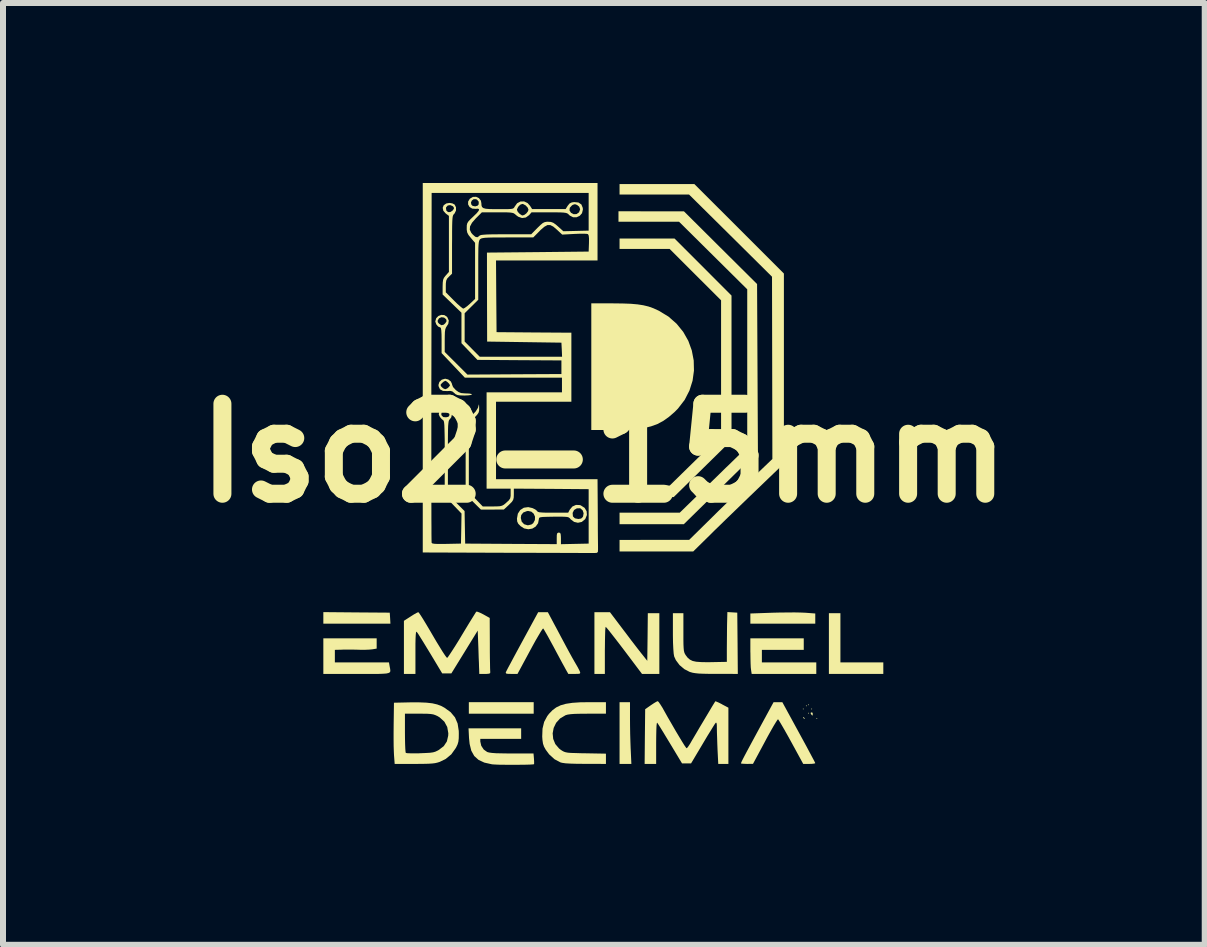
<source format=kicad_pcb>
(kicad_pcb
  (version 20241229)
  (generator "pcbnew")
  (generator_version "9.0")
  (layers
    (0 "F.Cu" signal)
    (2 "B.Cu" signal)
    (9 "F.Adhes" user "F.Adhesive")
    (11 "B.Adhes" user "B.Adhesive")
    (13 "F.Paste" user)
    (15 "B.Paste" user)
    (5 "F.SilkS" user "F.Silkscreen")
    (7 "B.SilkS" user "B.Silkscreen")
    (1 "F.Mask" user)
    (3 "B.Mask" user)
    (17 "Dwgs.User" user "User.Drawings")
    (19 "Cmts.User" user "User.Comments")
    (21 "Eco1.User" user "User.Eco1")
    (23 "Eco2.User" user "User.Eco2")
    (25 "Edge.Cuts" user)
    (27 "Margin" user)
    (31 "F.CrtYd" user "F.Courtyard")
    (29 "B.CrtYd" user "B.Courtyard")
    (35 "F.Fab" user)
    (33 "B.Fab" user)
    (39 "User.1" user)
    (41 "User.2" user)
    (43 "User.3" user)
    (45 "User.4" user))
  (footprint "Iso2-15mm"
    (layer "F.Cu")
    (at 7.014 4.501)
    (property "Reference" "Iso2-15mm" (at 0 0 0) (layer "F.SilkS") (effects (font (size 1.5 1.5) (thickness 0.3))))
    (attr board_only exclude_from_pos_files exclude_from_bom)
    (fp_poly (pts (xy 3.332 4.265) (xy 3.323 4.274) (xy 3.315 4.265) (xy 3.323 4.257)) (stroke (width 0) (type solid)) (fill yes) (layer "F.SilkS"))
    (fp_poly (pts (xy 3.384 4.213) (xy 3.376 4.222) (xy 3.367 4.213) (xy 3.376 4.204)) (stroke (width 0) (type solid)) (fill yes) (layer "F.SilkS"))
    (fp_poly (pts (xy 3.419 4.196) (xy 3.411 4.204) (xy 3.402 4.196) (xy 3.411 4.187)) (stroke (width 0) (type solid)) (fill yes) (layer "F.SilkS"))
    (fp_poly (pts (xy 3.419 4.335) (xy 3.411 4.344) (xy 3.402 4.335) (xy 3.411 4.326)) (stroke (width 0) (type solid)) (fill yes) (layer "F.SilkS"))
    (fp_poly (pts (xy 3.472 4.265) (xy 3.463 4.274) (xy 3.454 4.265) (xy 3.463 4.257)) (stroke (width 0) (type solid)) (fill yes) (layer "F.SilkS"))
    (fp_poly (pts (xy 3.559 4.422) (xy 3.55 4.431) (xy 3.541 4.422) (xy 3.55 4.414)) (stroke (width 0) (type solid)) (fill yes) (layer "F.SilkS"))
    (fp_poly (pts (xy 3.329 4.403) (xy 3.348 4.419) (xy 3.349 4.423) (xy 3.341 4.431) (xy 3.324 4.414) (xy 3.322 4.411) (xy 3.32 4.399)) (stroke (width 0) (type solid)) (fill yes) (layer "F.SilkS"))
    (fp_poly (pts (xy 3.478 4.327) (xy 3.482 4.346) (xy 3.48 4.374) (xy 3.47 4.371) (xy 3.456 4.355) (xy 3.445 4.332) (xy 3.459 4.322)) (stroke (width 0) (type solid)) (fill yes) (layer "F.SilkS"))
    (fp_poly (pts (xy -4.121 2.656) (xy -3.568 2.66) (xy -3.562 2.752) (xy -3.557 2.844) (xy -4.116 2.844) (xy -4.675 2.844) (xy -4.675 2.747) (xy -4.675 2.651)) (stroke (width 0) (type solid)) (fill yes) (layer "F.SilkS"))
    (fp_poly (pts (xy -1.169 4.248) (xy -1.169 4.344) (xy -1.71 4.344) (xy -2.25 4.344) (xy -2.25 4.248) (xy -2.25 4.152) (xy -1.71 4.152) (xy -1.169 4.152)) (stroke (width 0) (type solid)) (fill yes) (layer "F.SilkS"))
    (fp_poly (pts (xy 3.943 3.079) (xy 3.943 3.489) (xy 4.3 3.489) (xy 4.658 3.489) (xy 4.658 3.585) (xy 4.658 3.681) (xy 4.204 3.681) (xy 3.751 3.681) (xy 3.751 3.175) (xy 3.751 2.669) (xy 3.847 2.669) (xy 3.943 2.669)) (stroke (width 0) (type solid)) (fill yes) (layer "F.SilkS"))
    (fp_poly (pts (xy 0.436 4.428) (xy 0.437 4.549) (xy 0.439 4.683) (xy 0.443 4.814) (xy 0.447 4.928) (xy 0.448 4.943) (xy 0.459 5.181) (xy 0.36 5.181) (xy 0.262 5.181) (xy 0.262 4.667) (xy 0.262 4.152) (xy 0.349 4.152) (xy 0.436 4.152)) (stroke (width 0) (type solid)) (fill yes) (layer "F.SilkS"))
    (fp_poly (pts (xy 3.276 2.658) (xy 3.35 2.661) (xy 3.354 2.661) (xy 3.524 2.674) (xy 3.524 2.759) (xy 3.524 2.844) (xy 2.983 2.844) (xy 2.442 2.844) (xy 2.442 2.759) (xy 2.442 2.674) (xy 2.814 2.661) (xy 2.937 2.658) (xy 3.061 2.657) (xy 3.177 2.656)) (stroke (width 0) (type solid)) (fill yes) (layer "F.SilkS"))
    (fp_poly (pts (xy 3.332 3.184) (xy 3.332 3.28) (xy 2.983 3.28) (xy 2.634 3.28) (xy 2.634 3.384) (xy 2.634 3.489) (xy 3.088 3.489) (xy 3.541 3.489) (xy 3.541 3.585) (xy 3.541 3.681) (xy 3.003 3.681) (xy 2.464 3.681) (xy 2.454 3.615) (xy 2.449 3.573) (xy 2.446 3.505) (xy 2.444 3.42) (xy 2.443 3.328) (xy 2.442 3.319) (xy 2.442 3.088) (xy 2.887 3.088) (xy 3.332 3.088)) (stroke (width 0) (type solid)) (fill yes) (layer "F.SilkS"))
    (fp_poly (pts (xy 1.653 -3.101) (xy 2.128 -2.625) (xy 2.128 -1.419) (xy 2.128 -0.213) (xy 1.647 0.26) (xy 1.165 0.733) (xy 0.713 0.733) (xy 0.262 0.733) (xy 0.262 0.637) (xy 0.262 0.541) (xy 0.681 0.541) (xy 1.099 0.541) (xy 1.461 0.186) (xy 1.557 0.092) (xy 1.648 0.003) (xy 1.73 -0.076) (xy 1.8 -0.143) (xy 1.853 -0.194) (xy 1.886 -0.224) (xy 1.888 -0.226) (xy 1.954 -0.283) (xy 1.954 -1.414) (xy 1.954 -2.546) (xy 1.525 -2.974) (xy 1.097 -3.402) (xy 0.679 -3.402) (xy 0.262 -3.402) (xy 0.262 -3.489) (xy 0.262 -3.576) (xy 0.72 -3.576) (xy 1.178 -3.576)) (stroke (width 0) (type solid)) (fill yes) (layer "F.SilkS"))
    (fp_poly (pts (xy -3.786 3.173) (xy -3.786 3.259) (xy -3.858 3.271) (xy -3.909 3.276) (xy -3.982 3.279) (xy -4.062 3.279) (xy -4.08 3.278) (xy -4.171 3.276) (xy -4.268 3.276) (xy -4.351 3.276) (xy -4.357 3.277) (xy -4.483 3.28) (xy -4.483 3.384) (xy -4.483 3.489) (xy -4.032 3.489) (xy -3.581 3.489) (xy -3.57 3.554) (xy -3.563 3.589) (xy -3.559 3.617) (xy -3.559 3.639) (xy -3.568 3.655) (xy -3.589 3.666) (xy -3.625 3.674) (xy -3.68 3.678) (xy -3.756 3.681) (xy -3.859 3.681) (xy -3.99 3.681) (xy -4.117 3.681) (xy -4.675 3.681) (xy -4.675 3.384) (xy -4.675 3.088) (xy -4.23 3.088) (xy -3.786 3.088)) (stroke (width 0) (type solid)) (fill yes) (layer "F.SilkS"))
    (fp_poly (pts (xy 0.314 -2.493) (xy 0.45 -2.488) (xy 0.563 -2.478) (xy 0.659 -2.463) (xy 0.746 -2.442) (xy 0.827 -2.413) (xy 0.91 -2.375) (xy 0.918 -2.371) (xy 1.078 -2.274) (xy 1.213 -2.155) (xy 1.323 -2.02) (xy 1.408 -1.87) (xy 1.466 -1.71) (xy 1.498 -1.543) (xy 1.502 -1.374) (xy 1.479 -1.206) (xy 1.427 -1.042) (xy 1.347 -0.886) (xy 1.236 -0.742) (xy 1.179 -0.684) (xy 1.085 -0.603) (xy 0.991 -0.536) (xy 0.894 -0.484) (xy 0.787 -0.445) (xy 0.666 -0.416) (xy 0.527 -0.398) (xy 0.363 -0.388) (xy 0.169 -0.384) (xy 0.153 -0.384) (xy -0.209 -0.384) (xy -0.209 -1.439) (xy -0.209 -2.495) (xy 0.149 -2.495)) (stroke (width 0) (type solid)) (fill yes) (layer "F.SilkS"))
    (fp_poly (pts (xy 0.316 2.935) (xy 0.389 3.031) (xy 0.461 3.127) (xy 0.529 3.215) (xy 0.586 3.289) (xy 0.627 3.341) (xy 0.724 3.463) (xy 0.729 3.066) (xy 0.733 2.669) (xy 0.829 2.669) (xy 0.925 2.669) (xy 0.925 3.175) (xy 0.925 3.681) (xy 0.78 3.681) (xy 0.636 3.681) (xy 0.34 3.288) (xy 0.263 3.187) (xy 0.192 3.095) (xy 0.131 3.017) (xy 0.082 2.955) (xy 0.048 2.914) (xy 0.031 2.896) (xy 0.031 2.896) (xy 0.027 2.913) (xy 0.023 2.959) (xy 0.021 3.031) (xy 0.019 3.122) (xy 0.018 3.229) (xy 0.017 3.288) (xy 0.017 3.681) (xy -0.07 3.681) (xy -0.157 3.681) (xy -0.157 3.166) (xy -0.157 2.652) (xy -0.027 2.652) (xy 0.102 2.652)) (stroke (width 0) (type solid)) (fill yes) (layer "F.SilkS"))
    (fp_poly (pts (xy 0.789 -4.029) (xy 1.335 -4.029) (xy 1.944 -3.423) (xy 2.554 -2.817) (xy 2.561 -1.422) (xy 2.568 -0.026) (xy 2.274 0.262) (xy 2.172 0.362) (xy 2.053 0.479) (xy 1.927 0.602) (xy 1.802 0.725) (xy 1.688 0.838) (xy 1.657 0.868) (xy 1.333 1.186) (xy 0.798 1.186) (xy 0.262 1.186) (xy 0.262 1.09) (xy 0.262 0.994) (xy 0.763 0.994) (xy 1.265 0.994) (xy 1.509 0.756) (xy 1.596 0.671) (xy 1.7 0.57) (xy 1.813 0.46) (xy 1.928 0.348) (xy 2.037 0.241) (xy 2.072 0.208) (xy 2.39 -0.102) (xy 2.39 -1.415) (xy 2.39 -2.729) (xy 1.822 -3.292) (xy 1.254 -3.855) (xy 0.749 -3.855) (xy 0.244 -3.855) (xy 0.244 -3.943) (xy 0.244 -4.03)) (stroke (width 0) (type solid)) (fill yes) (layer "F.SilkS"))
    (fp_poly (pts (xy -1.378 4.675) (xy -1.378 4.763) (xy -1.718 4.763) (xy -2.059 4.763) (xy -2.059 4.807) (xy -2.043 4.879) (xy -2.002 4.941) (xy -1.945 4.982) (xy -1.913 4.991) (xy -1.864 4.998) (xy -1.796 5.003) (xy -1.702 5.005) (xy -1.579 5.007) (xy -1.529 5.007) (xy -1.172 5.007) (xy -1.165 5.09) (xy -1.162 5.141) (xy -1.162 5.177) (xy -1.164 5.186) (xy -1.182 5.189) (xy -1.229 5.192) (xy -1.298 5.194) (xy -1.383 5.195) (xy -1.477 5.196) (xy -1.573 5.196) (xy -1.667 5.195) (xy -1.75 5.194) (xy -1.817 5.191) (xy -1.861 5.188) (xy -1.867 5.187) (xy -1.992 5.159) (xy -2.088 5.114) (xy -2.16 5.049) (xy -2.209 4.961) (xy -2.237 4.847) (xy -2.247 4.749) (xy -2.255 4.588) (xy -1.817 4.588) (xy -1.378 4.588)) (stroke (width 0) (type solid)) (fill yes) (layer "F.SilkS"))
    (fp_poly (pts (xy 2.255 -3.738) (xy 3.001 -2.992) (xy 3.001 -1.408) (xy 3.001 0.176) (xy 2.951 0.223) (xy 2.748 0.418) (xy 2.568 0.591) (xy 2.409 0.744) (xy 2.268 0.88) (xy 2.144 1) (xy 2.033 1.107) (xy 1.934 1.204) (xy 1.844 1.291) (xy 1.779 1.356) (xy 1.49 1.64) (xy 0.876 1.64) (xy 0.262 1.64) (xy 0.262 1.544) (xy 0.262 1.448) (xy 0.842 1.447) (xy 1.422 1.447) (xy 1.798 1.077) (xy 1.913 0.963) (xy 2.041 0.839) (xy 2.172 0.711) (xy 2.299 0.588) (xy 2.415 0.476) (xy 2.491 0.403) (xy 2.809 0.099) (xy 2.806 -1.42) (xy 2.803 -2.939) (xy 2.112 -3.624) (xy 1.42 -4.309) (xy 0.841 -4.309) (xy 0.262 -4.309) (xy 0.262 -4.396) (xy 0.262 -4.483) (xy 0.885 -4.483) (xy 1.509 -4.483)) (stroke (width 0) (type solid)) (fill yes) (layer "F.SilkS"))
    (fp_poly (pts (xy 3.249 4.654) (xy 3.315 4.775) (xy 3.376 4.887) (xy 3.428 4.985) (xy 3.471 5.065) (xy 3.503 5.125) (xy 3.521 5.161) (xy 3.524 5.169) (xy 3.508 5.175) (xy 3.467 5.18) (xy 3.423 5.181) (xy 3.323 5.181) (xy 3.121 4.811) (xy 3.064 4.708) (xy 3.012 4.616) (xy 2.967 4.538) (xy 2.932 4.479) (xy 2.91 4.445) (xy 2.903 4.436) (xy 2.891 4.45) (xy 2.865 4.49) (xy 2.827 4.553) (xy 2.781 4.634) (xy 2.728 4.729) (xy 2.687 4.806) (xy 2.486 5.18) (xy 2.386 5.181) (xy 2.332 5.179) (xy 2.295 5.176) (xy 2.285 5.172) (xy 2.289 5.16) (xy 2.3 5.135) (xy 2.32 5.095) (xy 2.35 5.037) (xy 2.392 4.958) (xy 2.447 4.856) (xy 2.516 4.728) (xy 2.594 4.584) (xy 2.829 4.152) (xy 2.902 4.152) (xy 2.975 4.152)) (stroke (width 0) (type solid)) (fill yes) (layer "F.SilkS"))
    (fp_poly (pts (xy 2.141 2.655) (xy 2.224 2.66) (xy 2.229 3.171) (xy 2.233 3.681) (xy 1.88 3.68) (xy 1.754 3.68) (xy 1.657 3.678) (xy 1.583 3.675) (xy 1.527 3.669) (xy 1.482 3.662) (xy 1.443 3.651) (xy 1.43 3.647) (xy 1.341 3.601) (xy 1.261 3.533) (xy 1.2 3.451) (xy 1.172 3.389) (xy 1.164 3.342) (xy 1.158 3.265) (xy 1.153 3.161) (xy 1.151 3.035) (xy 1.151 2.994) (xy 1.151 2.669) (xy 1.239 2.669) (xy 1.326 2.669) (xy 1.326 2.989) (xy 1.326 3.103) (xy 1.327 3.188) (xy 1.33 3.249) (xy 1.334 3.292) (xy 1.341 3.322) (xy 1.351 3.346) (xy 1.365 3.369) (xy 1.398 3.412) (xy 1.435 3.443) (xy 1.48 3.465) (xy 1.54 3.478) (xy 1.622 3.484) (xy 1.729 3.486) (xy 1.788 3.485) (xy 2.05 3.48) (xy 2.05 3.262) (xy 2.051 3.152) (xy 2.052 3.03) (xy 2.053 2.913) (xy 2.054 2.847) (xy 2.059 2.65)) (stroke (width 0) (type solid)) (fill yes) (layer "F.SilkS"))
    (fp_poly (pts (xy -2.592 -1.226) (xy -2.55 -1.193) (xy -2.53 -1.151) (xy -2.53 -1.143) (xy -2.513 -1.1) (xy -2.468 -1.051) (xy -2.465 -1.048) (xy -2.42 -1.016) (xy -2.378 -1) (xy -2.322 -0.995) (xy -2.299 -0.994) (xy -2.245 -0.992) (xy -2.208 -0.985) (xy -2.198 -0.977) (xy -2.214 -0.968) (xy -2.258 -0.962) (xy -2.322 -0.959) (xy -2.326 -0.959) (xy -2.395 -0.961) (xy -2.439 -0.967) (xy -2.469 -0.98) (xy -2.493 -1.001) (xy -2.524 -1.027) (xy -2.559 -1.036) (xy -2.609 -1.033) (xy -2.682 -1.036) (xy -2.731 -1.063) (xy -2.754 -1.113) (xy -2.756 -1.132) (xy -2.721 -1.132) (xy -2.708 -1.106) (xy -2.678 -1.079) (xy -2.647 -1.065) (xy -2.643 -1.064) (xy -2.612 -1.076) (xy -2.592 -1.092) (xy -2.57 -1.118) (xy -2.564 -1.129) (xy -2.577 -1.153) (xy -2.604 -1.181) (xy -2.631 -1.201) (xy -2.64 -1.204) (xy -2.666 -1.193) (xy -2.697 -1.167) (xy -2.719 -1.141) (xy -2.721 -1.132) (xy -2.756 -1.132) (xy -2.756 -1.136) (xy -2.741 -1.185) (xy -2.701 -1.223) (xy -2.646 -1.239) (xy -2.643 -1.239)) (stroke (width 0) (type solid)) (fill yes) (layer "F.SilkS"))
    (fp_poly (pts (xy -1.014 2.652) (xy -0.933 2.652) (xy -0.829 2.848) (xy -0.775 2.948) (xy -0.715 3.062) (xy -0.656 3.172) (xy -0.622 3.236) (xy -0.577 3.319) (xy -0.532 3.401) (xy -0.493 3.47) (xy -0.468 3.513) (xy -0.436 3.568) (xy -0.41 3.618) (xy -0.4 3.64) (xy -0.393 3.663) (xy -0.399 3.675) (xy -0.425 3.68) (xy -0.478 3.681) (xy -0.488 3.681) (xy -0.592 3.681) (xy -0.634 3.607) (xy -0.655 3.568) (xy -0.69 3.505) (xy -0.734 3.423) (xy -0.784 3.33) (xy -0.836 3.232) (xy -0.887 3.139) (xy -0.932 3.056) (xy -0.97 2.99) (xy -0.997 2.943) (xy -1.011 2.923) (xy -1.011 2.922) (xy -1.023 2.935) (xy -1.049 2.974) (xy -1.086 3.036) (xy -1.133 3.116) (xy -1.186 3.212) (xy -1.232 3.297) (xy -1.439 3.681) (xy -1.541 3.681) (xy -1.598 3.68) (xy -1.627 3.675) (xy -1.635 3.663) (xy -1.632 3.65) (xy -1.621 3.628) (xy -1.596 3.579) (xy -1.557 3.507) (xy -1.509 3.417) (xy -1.452 3.311) (xy -1.389 3.195) (xy -1.357 3.136) (xy -1.094 2.652)) (stroke (width 0) (type solid)) (fill yes) (layer "F.SilkS"))
    (fp_poly (pts (xy 0.035 4.248) (xy 0.035 4.344) (xy -0.271 4.344) (xy -0.393 4.345) (xy -0.485 4.347) (xy -0.553 4.352) (xy -0.602 4.359) (xy -0.638 4.369) (xy -0.641 4.371) (xy -0.73 4.424) (xy -0.795 4.496) (xy -0.836 4.581) (xy -0.853 4.672) (xy -0.844 4.764) (xy -0.809 4.85) (xy -0.747 4.923) (xy -0.714 4.949) (xy -0.687 4.966) (xy -0.663 4.978) (xy -0.635 4.987) (xy -0.597 4.994) (xy -0.545 4.998) (xy -0.473 5) (xy -0.375 5.003) (xy -0.302 5.004) (xy 0.035 5.01) (xy 0.035 5.096) (xy 0.035 5.181) (xy -0.31 5.18) (xy -0.449 5.179) (xy -0.557 5.176) (xy -0.638 5.171) (xy -0.694 5.163) (xy -0.722 5.156) (xy -0.822 5.103) (xy -0.911 5.022) (xy -0.968 4.945) (xy -0.997 4.893) (xy -1.014 4.844) (xy -1.023 4.782) (xy -1.027 4.726) (xy -1.022 4.593) (xy -0.995 4.481) (xy -0.943 4.384) (xy -0.914 4.346) (xy -0.856 4.286) (xy -0.793 4.239) (xy -0.72 4.204) (xy -0.632 4.179) (xy -0.525 4.163) (xy -0.393 4.154) (xy -0.232 4.152) (xy 0.035 4.152)) (stroke (width 0) (type solid)) (fill yes) (layer "F.SilkS"))
    (fp_poly (pts (xy -2.957 4.16) (xy -2.859 4.171) (xy -2.777 4.19) (xy -2.706 4.217) (xy -2.655 4.245) (xy -2.553 4.319) (xy -2.481 4.405) (xy -2.437 4.508) (xy -2.418 4.631) (xy -2.417 4.675) (xy -2.418 4.753) (xy -2.424 4.808) (xy -2.437 4.854) (xy -2.46 4.903) (xy -2.468 4.917) (xy -2.542 5.021) (xy -2.635 5.098) (xy -2.735 5.147) (xy -2.773 5.159) (xy -2.812 5.168) (xy -2.861 5.174) (xy -2.924 5.178) (xy -3.009 5.18) (xy -3.12 5.181) (xy -3.157 5.181) (xy -3.486 5.181) (xy -3.497 5.037) (xy -3.5 4.974) (xy -3.503 4.885) (xy -3.504 4.777) (xy -3.504 4.664) (xy -3.315 4.664) (xy -3.314 4.766) (xy -3.312 4.856) (xy -3.309 4.929) (xy -3.305 4.978) (xy -3.301 4.997) (xy -3.28 5.002) (xy -3.231 5.004) (xy -3.16 5.005) (xy -3.076 5.004) (xy -3.06 5.003) (xy -2.964 4.999) (xy -2.895 4.995) (xy -2.846 4.988) (xy -2.808 4.977) (xy -2.774 4.961) (xy -2.752 4.949) (xy -2.668 4.885) (xy -2.616 4.806) (xy -2.594 4.711) (xy -2.592 4.67) (xy -2.61 4.566) (xy -2.658 4.477) (xy -2.736 4.406) (xy -2.772 4.384) (xy -2.807 4.368) (xy -2.842 4.356) (xy -2.885 4.349) (xy -2.943 4.345) (xy -3.024 4.344) (xy -3.082 4.344) (xy -3.315 4.344) (xy -3.315 4.664) (xy -3.504 4.664) (xy -3.504 4.658) (xy -3.503 4.537) (xy -3.503 4.527) (xy -3.498 4.161) (xy -3.227 4.155) (xy -3.078 4.155)) (stroke (width 0) (type solid)) (fill yes) (layer "F.SilkS"))
    (fp_poly (pts (xy 0.914 4.149) (xy 0.941 4.188) (xy 0.976 4.243) (xy 0.996 4.279) (xy 1.066 4.404) (xy 1.135 4.523) (xy 1.199 4.634) (xy 1.257 4.731) (xy 1.306 4.812) (xy 1.344 4.873) (xy 1.37 4.91) (xy 1.38 4.92) (xy 1.396 4.906) (xy 1.421 4.87) (xy 1.442 4.837) (xy 1.468 4.791) (xy 1.506 4.727) (xy 1.552 4.649) (xy 1.603 4.562) (xy 1.657 4.472) (xy 1.71 4.383) (xy 1.759 4.301) (xy 1.801 4.23) (xy 1.834 4.176) (xy 1.854 4.144) (xy 1.858 4.137) (xy 1.875 4.142) (xy 1.915 4.159) (xy 1.968 4.186) (xy 1.97 4.188) (xy 2.076 4.244) (xy 2.076 4.713) (xy 2.076 5.181) (xy 1.991 5.181) (xy 1.907 5.181) (xy 1.895 4.943) (xy 1.891 4.843) (xy 1.888 4.744) (xy 1.885 4.657) (xy 1.884 4.593) (xy 1.884 4.591) (xy 1.883 4.529) (xy 1.878 4.498) (xy 1.868 4.493) (xy 1.864 4.497) (xy 1.849 4.517) (xy 1.82 4.563) (xy 1.779 4.63) (xy 1.728 4.712) (xy 1.672 4.806) (xy 1.649 4.845) (xy 1.454 5.172) (xy 1.379 5.172) (xy 1.303 5.172) (xy 1.104 4.841) (xy 1.045 4.744) (xy 0.992 4.656) (xy 0.947 4.583) (xy 0.913 4.529) (xy 0.892 4.498) (xy 0.889 4.493) (xy 0.883 4.504) (xy 0.878 4.547) (xy 0.875 4.621) (xy 0.873 4.723) (xy 0.872 4.829) (xy 0.872 5.181) (xy 0.776 5.181) (xy 0.68 5.181) (xy 0.684 4.725) (xy 0.689 4.269) (xy 0.785 4.202) (xy 0.836 4.168) (xy 0.877 4.144) (xy 0.898 4.135)) (stroke (width 0) (type solid)) (fill yes) (layer "F.SilkS"))
    (fp_poly (pts (xy -2.105 2.645) (xy -2.064 2.661) (xy -2.01 2.688) (xy -2.008 2.689) (xy -1.902 2.748) (xy -1.9 3.184) (xy -1.9 3.305) (xy -1.899 3.416) (xy -1.897 3.511) (xy -1.896 3.585) (xy -1.894 3.634) (xy -1.893 3.65) (xy -1.895 3.668) (xy -1.913 3.677) (xy -1.955 3.681) (xy -1.982 3.681) (xy -2.076 3.681) (xy -2.078 3.607) (xy -2.08 3.564) (xy -2.082 3.494) (xy -2.086 3.405) (xy -2.089 3.305) (xy -2.091 3.246) (xy -2.102 2.959) (xy -2.321 3.315) (xy -2.541 3.672) (xy -2.617 3.672) (xy -2.694 3.672) (xy -2.895 3.337) (xy -2.955 3.239) (xy -3.009 3.15) (xy -3.056 3.075) (xy -3.091 3.019) (xy -3.114 2.986) (xy -3.118 2.98) (xy -3.126 2.979) (xy -3.131 2.995) (xy -3.135 3.031) (xy -3.138 3.091) (xy -3.14 3.179) (xy -3.14 3.297) (xy -3.14 3.32) (xy -3.14 3.681) (xy -3.236 3.681) (xy -3.332 3.681) (xy -3.332 3.238) (xy -3.332 2.796) (xy -3.22 2.724) (xy -3.165 2.689) (xy -3.12 2.664) (xy -3.094 2.652) (xy -3.092 2.652) (xy -3.079 2.666) (xy -3.051 2.707) (xy -3.011 2.77) (xy -2.962 2.851) (xy -2.905 2.947) (xy -2.853 3.036) (xy -2.792 3.14) (xy -2.735 3.233) (xy -2.687 3.311) (xy -2.648 3.37) (xy -2.622 3.405) (xy -2.611 3.414) (xy -2.597 3.398) (xy -2.568 3.356) (xy -2.526 3.292) (xy -2.474 3.211) (xy -2.415 3.116) (xy -2.364 3.031) (xy -2.302 2.928) (xy -2.245 2.834) (xy -2.196 2.755) (xy -2.158 2.694) (xy -2.134 2.655) (xy -2.125 2.643)) (stroke (width 0) (type solid)) (fill yes) (layer "F.SilkS"))
    (fp_poly (pts (xy -0.398 0.867) (xy -0.383 0.873) (xy -0.321 0.913) (xy -0.287 0.969) (xy -0.282 1.032) (xy -0.308 1.096) (xy -0.314 1.104) (xy -0.368 1.148) (xy -0.432 1.162) (xy -0.496 1.147) (xy -0.554 1.103) (xy -0.558 1.097) (xy -0.571 1.083) (xy -0.587 1.072) (xy -0.611 1.065) (xy -0.648 1.062) (xy -0.705 1.06) (xy -0.786 1.06) (xy -0.868 1.061) (xy -0.957 1.063) (xy -1.018 1.065) (xy -1.055 1.07) (xy -1.074 1.077) (xy -1.081 1.088) (xy -1.082 1.098) (xy -1.096 1.17) (xy -1.136 1.225) (xy -1.192 1.259) (xy -1.259 1.27) (xy -1.329 1.256) (xy -1.386 1.219) (xy -1.426 1.179) (xy -1.444 1.141) (xy -1.448 1.091) (xy -1.446 1.081) (xy -1.384 1.081) (xy -1.369 1.143) (xy -1.329 1.186) (xy -1.27 1.204) (xy -1.265 1.204) (xy -1.208 1.191) (xy -1.177 1.169) (xy -1.149 1.116) (xy -1.147 1.061) (xy -1.168 1.012) (xy -1.181 1) (xy -0.52 1) (xy -0.515 1.056) (xy -0.482 1.088) (xy -0.425 1.099) (xy -0.379 1.092) (xy -0.352 1.067) (xy -0.346 1.055) (xy -0.337 1.003) (xy -0.353 0.955) (xy -0.389 0.923) (xy -0.398 0.92) (xy -0.451 0.922) (xy -0.496 0.949) (xy -0.519 0.995) (xy -0.52 1) (xy -1.181 1) (xy -1.208 0.977) (xy -1.262 0.965) (xy -1.281 0.967) (xy -1.343 0.991) (xy -1.377 1.034) (xy -1.384 1.081) (xy -1.446 1.081) (xy -1.433 1.01) (xy -1.393 0.949) (xy -1.333 0.911) (xy -1.26 0.901) (xy -1.19 0.917) (xy -1.144 0.939) (xy -1.114 0.963) (xy -1.11 0.97) (xy -1.099 0.98) (xy -1.074 0.987) (xy -1.028 0.991) (xy -0.958 0.994) (xy -0.857 0.994) (xy -0.847 0.994) (xy -0.594 0.994) (xy -0.568 0.944) (xy -0.524 0.891) (xy -0.464 0.864)) (stroke (width 0) (type solid)) (fill yes) (layer "F.SilkS"))
    (fp_poly (pts (xy -0.105 -3.855) (xy -0.105 -3.21) (xy -0.951 -3.21) (xy -1.797 -3.21) (xy -1.793 -2.612) (xy -1.788 -2.015) (xy -1.164 -2.01) (xy -0.541 -2.006) (xy -0.541 -1.43) (xy -0.541 -0.855) (xy -1.169 -0.855) (xy -1.797 -0.855) (xy -1.797 -0.209) (xy -1.797 0.436) (xy -0.951 0.436) (xy -0.105 0.436) (xy -0.101 0.994) (xy -0.1 1.133) (xy -0.1 1.263) (xy -0.099 1.379) (xy -0.098 1.477) (xy -0.097 1.551) (xy -0.097 1.598) (xy -0.097 1.609) (xy -0.099 1.647) (xy -0.115 1.663) (xy -0.154 1.666) (xy -0.157 1.666) (xy -0.184 1.666) (xy -0.243 1.666) (xy -0.331 1.666) (xy -0.446 1.665) (xy -0.584 1.665) (xy -0.744 1.664) (xy -0.922 1.664) (xy -1.116 1.663) (xy -1.322 1.662) (xy -1.539 1.662) (xy -1.618 1.662) (xy -3.018 1.657) (xy -3.018 0.037) (xy -2.875 0.037) (xy -2.875 0.288) (xy -2.875 0.521) (xy -2.875 0.733) (xy -2.874 0.923) (xy -2.874 1.089) (xy -2.873 1.23) (xy -2.873 1.342) (xy -2.872 1.426) (xy -2.871 1.478) (xy -2.87 1.496) (xy -2.858 1.506) (xy -2.826 1.512) (xy -2.77 1.515) (xy -2.687 1.515) (xy -2.621 1.514) (xy -2.381 1.509) (xy -2.376 1.258) (xy -2.372 1.008) (xy -2.512 0.862) (xy -2.652 0.716) (xy -2.652 0.09) (xy -2.652 -0.078) (xy -2.652 -0.214) (xy -2.654 -0.321) (xy -2.656 -0.404) (xy -2.658 -0.464) (xy -2.662 -0.505) (xy -2.667 -0.53) (xy -2.673 -0.543) (xy -2.677 -0.547) (xy -2.704 -0.568) (xy -2.732 -0.602) (xy -2.751 -0.642) (xy -2.709 -0.642) (xy -2.702 -0.625) (xy -2.676 -0.6) (xy -2.63 -0.596) (xy -2.629 -0.596) (xy -2.59 -0.605) (xy -2.575 -0.626) (xy -2.573 -0.654) (xy -2.578 -0.692) (xy -2.601 -0.708) (xy -2.625 -0.712) (xy -2.674 -0.706) (xy -2.704 -0.68) (xy -2.709 -0.642) (xy -2.751 -0.642) (xy -2.751 -0.642) (xy -2.746 -0.679) (xy -2.742 -0.69) (xy -2.707 -0.734) (xy -2.659 -0.755) (xy -2.609 -0.754) (xy -2.565 -0.733) (xy -2.536 -0.692) (xy -2.53 -0.656) (xy -2.542 -0.598) (xy -2.564 -0.567) (xy -2.574 -0.557) (xy -2.581 -0.545) (xy -2.587 -0.525) (xy -2.591 -0.495) (xy -2.595 -0.452) (xy -2.597 -0.391) (xy -2.598 -0.309) (xy -2.599 -0.202) (xy -2.599 -0.067) (xy -2.599 0.077) (xy -2.599 0.69) (xy -2.46 0.828) (xy -2.321 0.967) (xy -2.316 1.238) (xy -2.311 1.509) (xy -1.548 1.514) (xy -0.785 1.518) (xy -0.785 1.422) (xy -0.784 1.366) (xy -0.777 1.337) (xy -0.762 1.327) (xy -0.75 1.326) (xy -0.73 1.33) (xy -0.72 1.348) (xy -0.716 1.388) (xy -0.715 1.422) (xy -0.715 1.519) (xy -0.484 1.514) (xy -0.253 1.509) (xy -0.253 1.055) (xy -0.253 0.602) (xy -0.877 0.597) (xy -1.5 0.593) (xy -1.5 0.689) (xy -1.502 0.743) (xy -1.511 0.78) (xy -1.532 0.813) (xy -1.573 0.854) (xy -1.583 0.864) (xy -1.666 0.941) (xy -1.857 0.942) (xy -2.049 0.942) (xy -2.176 0.816) (xy -2.303 0.69) (xy -2.303 0.08) (xy -2.303 -0.531) (xy -2.205 -0.62) (xy -2.136 -0.693) (xy -2.098 -0.754) (xy -2.094 -0.769) (xy -2.085 -0.804) (xy -2.081 -0.81) (xy -2.079 -0.785) (xy -2.078 -0.749) (xy -2.079 -0.705) (xy -2.089 -0.671) (xy -2.113 -0.637) (xy -2.156 -0.591) (xy -2.163 -0.584) (xy -2.25 -0.498) (xy -2.25 0.075) (xy -2.25 0.649) (xy -2.134 0.769) (xy -2.018 0.89) (xy -1.858 0.89) (xy -1.782 0.889) (xy -1.732 0.886) (xy -1.696 0.877) (xy -1.666 0.861) (xy -1.632 0.833) (xy -1.626 0.827) (xy -1.583 0.788) (xy -1.561 0.755) (xy -1.553 0.715) (xy -1.553 0.679) (xy -1.553 0.593) (xy -1.753 0.593) (xy -1.954 0.593) (xy -1.954 -0.209) (xy -1.954 -1.012) (xy -1.326 -1.012) (xy -0.698 -1.012) (xy -0.698 -1.134) (xy -0.698 -1.256) (xy -1.507 -1.256) (xy -2.316 -1.256) (xy -2.51 -1.461) (xy -2.704 -1.666) (xy -2.704 -1.88) (xy -2.705 -1.978) (xy -2.709 -2.045) (xy -2.716 -2.083) (xy -2.724 -2.093) (xy -2.761 -2.108) (xy -2.792 -2.144) (xy -2.808 -2.188) (xy -2.809 -2.195) (xy -2.806 -2.205) (xy -2.771 -2.205) (xy -2.765 -2.178) (xy -2.746 -2.156) (xy -2.708 -2.131) (xy -2.67 -2.139) (xy -2.642 -2.164) (xy -2.621 -2.198) (xy -2.627 -2.228) (xy -2.628 -2.23) (xy -2.662 -2.258) (xy -2.707 -2.264) (xy -2.745 -2.247) (xy -2.751 -2.24) (xy -2.771 -2.205) (xy -2.806 -2.205) (xy -2.794 -2.247) (xy -2.758 -2.284) (xy -2.71 -2.303) (xy -2.659 -2.3) (xy -2.615 -2.272) (xy -2.609 -2.264) (xy -2.584 -2.208) (xy -2.593 -2.153) (xy -2.617 -2.116) (xy -2.632 -2.091) (xy -2.643 -2.061) (xy -2.649 -2.017) (xy -2.651 -1.951) (xy -2.652 -1.878) (xy -2.652 -1.685) (xy -2.463 -1.497) (xy -2.274 -1.308) (xy -1.49 -1.313) (xy -0.707 -1.317) (xy -0.707 -1.43) (xy -0.707 -1.544) (xy -1.407 -1.548) (xy -2.107 -1.553) (xy -2.24 -1.692) (xy -2.373 -1.831) (xy -2.373 -2.085) (xy -2.373 -2.33) (xy -2.32 -2.33) (xy -2.32 -2.094) (xy -2.32 -1.859) (xy -2.194 -1.732) (xy -2.068 -1.605) (xy -1.382 -1.605) (xy -0.696 -1.605) (xy -0.701 -1.723) (xy -0.707 -1.84) (xy -1.326 -1.849) (xy -1.945 -1.858) (xy -1.947 -2.599) (xy -1.948 -3.341) (xy -1.1 -3.349) (xy -0.253 -3.358) (xy -0.248 -3.496) (xy -0.247 -3.575) (xy -0.252 -3.624) (xy -0.264 -3.648) (xy -0.265 -3.649) (xy -0.291 -3.654) (xy -0.343 -3.656) (xy -0.415 -3.655) (xy -0.491 -3.652) (xy -0.694 -3.641) (xy -0.781 -3.722) (xy -0.842 -3.774) (xy -0.893 -3.8) (xy -0.94 -3.8) (xy -0.991 -3.772) (xy -1.054 -3.718) (xy -1.073 -3.698) (xy -1.176 -3.594) (xy -1.603 -3.594) (xy -1.738 -3.593) (xy -1.843 -3.593) (xy -1.921 -3.591) (xy -1.978 -3.588) (xy -2.016 -3.583) (xy -2.041 -3.577) (xy -2.057 -3.568) (xy -2.062 -3.565) (xy -2.071 -3.554) (xy -2.078 -3.538) (xy -2.084 -3.513) (xy -2.088 -3.475) (xy -2.091 -3.42) (xy -2.092 -3.344) (xy -2.093 -3.242) (xy -2.093 -3.112) (xy -2.093 -3.045) (xy -2.093 -2.555) (xy -2.207 -2.442) (xy -2.32 -2.33) (xy -2.373 -2.33) (xy -2.373 -2.339) (xy -2.53 -2.491) (xy -2.687 -2.643) (xy -2.687 -2.772) (xy -2.685 -2.84) (xy -2.679 -2.886) (xy -2.666 -2.919) (xy -2.641 -2.952) (xy -2.634 -2.96) (xy -2.582 -3.019) (xy -2.582 -3.486) (xy -2.582 -3.953) (xy -2.634 -3.992) (xy -2.675 -4.038) (xy -2.685 -4.084) (xy -2.631 -4.084) (xy -2.625 -4.041) (xy -2.597 -4.017) (xy -2.558 -4.017) (xy -2.522 -4.04) (xy -2.498 -4.073) (xy -2.503 -4.1) (xy -2.52 -4.116) (xy -2.561 -4.133) (xy -2.601 -4.126) (xy -2.628 -4.097) (xy -2.631 -4.084) (xy -2.685 -4.084) (xy -2.686 -4.087) (xy -2.669 -4.13) (xy -2.626 -4.16) (xy -2.573 -4.169) (xy -2.524 -4.161) (xy -2.488 -4.142) (xy -2.487 -4.142) (xy -2.464 -4.096) (xy -2.464 -4.042) (xy -2.488 -3.993) (xy -2.495 -3.986) (xy -2.505 -3.975) (xy -2.513 -3.961) (xy -2.519 -3.939) (xy -2.523 -3.905) (xy -2.526 -3.855) (xy -2.528 -3.786) (xy -2.529 -3.692) (xy -2.529 -3.571) (xy -2.53 -3.472) (xy -2.53 -2.99) (xy -2.582 -2.939) (xy -2.612 -2.907) (xy -2.627 -2.874) (xy -2.633 -2.828) (xy -2.634 -2.784) (xy -2.634 -2.679) (xy -2.499 -2.543) (xy -2.443 -2.488) (xy -2.393 -2.444) (xy -2.357 -2.415) (xy -2.342 -2.407) (xy -2.318 -2.419) (xy -2.278 -2.448) (xy -2.232 -2.488) (xy -2.146 -2.569) (xy -2.146 -3.037) (xy -2.146 -3.504) (xy -2.216 -3.585) (xy -2.256 -3.635) (xy -2.277 -3.676) (xy -2.285 -3.721) (xy -2.285 -3.753) (xy -2.284 -3.797) (xy -2.276 -3.83) (xy -2.257 -3.861) (xy -2.221 -3.899) (xy -2.181 -3.937) (xy -2.119 -3.997) (xy -2.085 -4.039) (xy -2.082 -4.052) (xy -1.448 -4.052) (xy -1.434 -4.02) (xy -1.403 -3.987) (xy -1.367 -3.963) (xy -1.352 -3.96) (xy -1.321 -3.972) (xy -1.291 -3.995) (xy -1.265 -4.029) (xy -1.26 -4.044) (xy -0.572 -4.044) (xy -0.548 -4.005) (xy -0.503 -3.981) (xy -0.454 -3.983) (xy -0.414 -4.012) (xy -0.413 -4.013) (xy -0.395 -4.063) (xy -0.411 -4.107) (xy -0.446 -4.135) (xy -0.481 -4.148) (xy -0.515 -4.138) (xy -0.531 -4.128) (xy -0.568 -4.088) (xy -0.572 -4.044) (xy -1.26 -4.044) (xy -1.256 -4.056) (xy -1.27 -4.092) (xy -1.304 -4.128) (xy -1.345 -4.15) (xy -1.36 -4.152) (xy -1.395 -4.138) (xy -1.428 -4.103) (xy -1.447 -4.063) (xy -1.448 -4.052) (xy -2.082 -4.052) (xy -2.079 -4.064) (xy -2.1 -4.073) (xy -2.135 -4.07) (xy -2.194 -4.074) (xy -2.238 -4.101) (xy -2.262 -4.143) (xy -2.262 -4.174) (xy -2.215 -4.174) (xy -2.207 -4.139) (xy -2.187 -4.12) (xy -2.144 -4.111) (xy -2.104 -4.123) (xy -2.086 -4.145) (xy -2.085 -4.189) (xy -2.113 -4.223) (xy -2.131 -4.231) (xy -2.171 -4.231) (xy -2.201 -4.208) (xy -2.215 -4.174) (xy -2.262 -4.174) (xy -2.262 -4.192) (xy -2.233 -4.239) (xy -2.183 -4.269) (xy -2.129 -4.271) (xy -2.082 -4.249) (xy -2.049 -4.206) (xy -2.041 -4.163) (xy -2.039 -4.127) (xy -2.03 -4.101) (xy -2.008 -4.083) (xy -1.969 -4.072) (xy -1.908 -4.067) (xy -1.82 -4.065) (xy -1.753 -4.065) (xy -1.655 -4.065) (xy -1.587 -4.066) (xy -1.543 -4.069) (xy -1.515 -4.075) (xy -1.5 -4.085) (xy -1.49 -4.099) (xy -1.486 -4.107) (xy -1.445 -4.164) (xy -1.389 -4.193) (xy -1.329 -4.194) (xy -1.271 -4.167) (xy -1.23 -4.121) (xy -1.195 -4.066) (xy -0.916 -4.066) (xy -0.637 -4.066) (xy -0.602 -4.122) (xy -0.571 -4.16) (xy -0.533 -4.178) (xy -0.494 -4.183) (xy -0.423 -4.176) (xy -0.374 -4.143) (xy -0.351 -4.086) (xy -0.349 -4.057) (xy -0.364 -3.997) (xy -0.402 -3.954) (xy -0.454 -3.93) (xy -0.512 -3.93) (xy -0.567 -3.958) (xy -0.578 -3.968) (xy -0.594 -3.984) (xy -0.612 -3.996) (xy -0.636 -4.003) (xy -0.672 -4.008) (xy -0.727 -4.011) (xy -0.805 -4.012) (xy -0.912 -4.012) (xy -1.205 -4.012) (xy -1.246 -3.965) (xy -1.3 -3.926) (xy -1.363 -3.917) (xy -1.427 -3.939) (xy -1.462 -3.965) (xy -1.482 -3.983) (xy -1.501 -3.996) (xy -1.527 -4.004) (xy -1.565 -4.009) (xy -1.621 -4.012) (xy -1.701 -4.012) (xy -1.772 -4.012) (xy -2.033 -4.012) (xy -2.133 -3.912) (xy -2.197 -3.839) (xy -2.23 -3.777) (xy -2.234 -3.723) (xy -2.209 -3.67) (xy -2.186 -3.643) (xy -2.143 -3.605) (xy -2.109 -3.596) (xy -2.08 -3.615) (xy -2.076 -3.62) (xy -2.064 -3.628) (xy -2.042 -3.635) (xy -2.004 -3.639) (xy -1.948 -3.643) (xy -1.869 -3.645) (xy -1.764 -3.646) (xy -1.633 -3.646) (xy -1.211 -3.646) (xy -1.108 -3.751) (xy -1.055 -3.802) (xy -1.017 -3.834) (xy -0.985 -3.849) (xy -0.95 -3.855) (xy -0.928 -3.855) (xy -0.882 -3.852) (xy -0.843 -3.838) (xy -0.801 -3.809) (xy -0.763 -3.776) (xy -0.675 -3.697) (xy -0.464 -3.702) (xy -0.253 -3.707) (xy -0.253 -4.021) (xy -0.253 -4.335) (xy -1.561 -4.335) (xy -2.87 -4.335) (xy -2.874 -1.43) (xy -2.875 -1.115) (xy -2.875 -0.808) (xy -2.875 -0.513) (xy -2.875 -0.23) (xy -2.875 0.037) (xy -3.018 0.037) (xy -3.018 -1.422) (xy -3.018 -4.501) (xy -1.561 -4.501) (xy -0.105 -4.501)) (stroke (width 0) (type solid)) (fill yes) (layer "F.SilkS")))
  (gr_rect
    (start -3 -3)
    (end 17.029 12.697)
    (stroke (width 0.1) (type default))
    (fill no)
    (layer "Edge.Cuts")))
</source>
